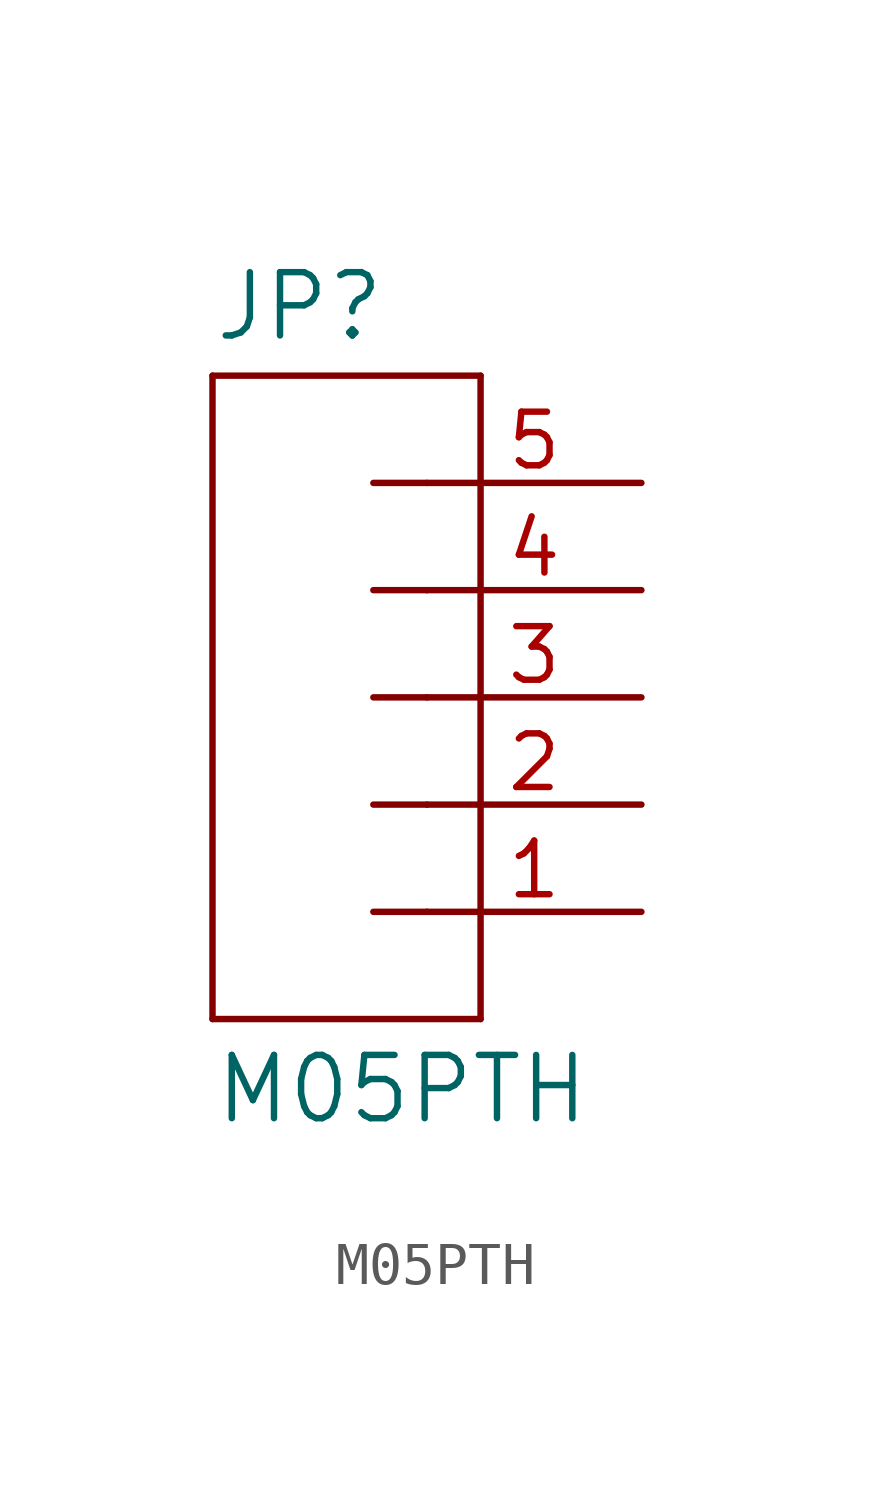
<source format=kicad_sym>
(kicad_symbol_lib
  (version 20211014)
  (generator kicad_symbol_editor)
  (symbol "M05PTH"
    (pin_names
      (offset 1.016))
    (property "Reference" "JP"
      (at -2.54 8.382 0)
      (effects (font (size 1.499 1.499)) (justify left bottom)))
    (property "Value" "M05PTH"
      (at -2.54 -10.16 0)
      (effects (font (size 1.499 1.499)) (justify left bottom)))
    (property "ki_locked" ""
      (at 0 0 0)
      (effects (font (size 1.27 1.27))))
    (symbol "M05PTH_1_0"
      (polyline (pts (xy -2.54 7.62) (xy -2.54 -7.62)) (stroke (width 0) (type default) (color 0 0 0 0)) (fill (type none)))
      (polyline (pts (xy -2.54 7.62) (xy 3.81 7.62)) (stroke (width 0) (type default) (color 0 0 0 0)) (fill (type none)))
      (polyline (pts (xy 1.27 -5.08) (xy 2.54 -5.08)) (stroke (width 0) (type default) (color 0 0 0 0)) (fill (type none)))
      (polyline (pts (xy 1.27 -2.54) (xy 2.54 -2.54)) (stroke (width 0) (type default) (color 0 0 0 0)) (fill (type none)))
      (polyline (pts (xy 1.27 0) (xy 2.54 0)) (stroke (width 0) (type default) (color 0 0 0 0)) (fill (type none)))
      (polyline (pts (xy 1.27 2.54) (xy 2.54 2.54)) (stroke (width 0) (type default) (color 0 0 0 0)) (fill (type none)))
      (polyline (pts (xy 1.27 5.08) (xy 2.54 5.08)) (stroke (width 0) (type default) (color 0 0 0 0)) (fill (type none)))
      (polyline (pts (xy 3.81 -7.62) (xy -2.54 -7.62)) (stroke (width 0) (type default) (color 0 0 0 0)) (fill (type none)))
      (polyline (pts (xy 3.81 -7.62) (xy 3.81 7.62)) (stroke (width 0) (type default) (color 0 0 0 0)) (fill (type none)))
      (pin passive line (at 7.62 -5.08 180) (length 5.08) (name "1" (effects (font (size 0 0)))) (number "1" (effects (font (size 1.27 1.27)))))
      (pin passive line (at 7.62 -2.54 180) (length 5.08) (name "2" (effects (font (size 0 0)))) (number "2" (effects (font (size 1.27 1.27)))))
      (pin passive line (at 7.62 0 180) (length 5.08) (name "3" (effects (font (size 0 0)))) (number "3" (effects (font (size 1.27 1.27)))))
      (pin passive line (at 7.62 2.54 180) (length 5.08) (name "4" (effects (font (size 0 0)))) (number "4" (effects (font (size 1.27 1.27)))))
      (pin passive line (at 7.62 5.08 180) (length 5.08) (name "5" (effects (font (size 0 0)))) (number "5" (effects (font (size 1.27 1.27))))))))
</source>
